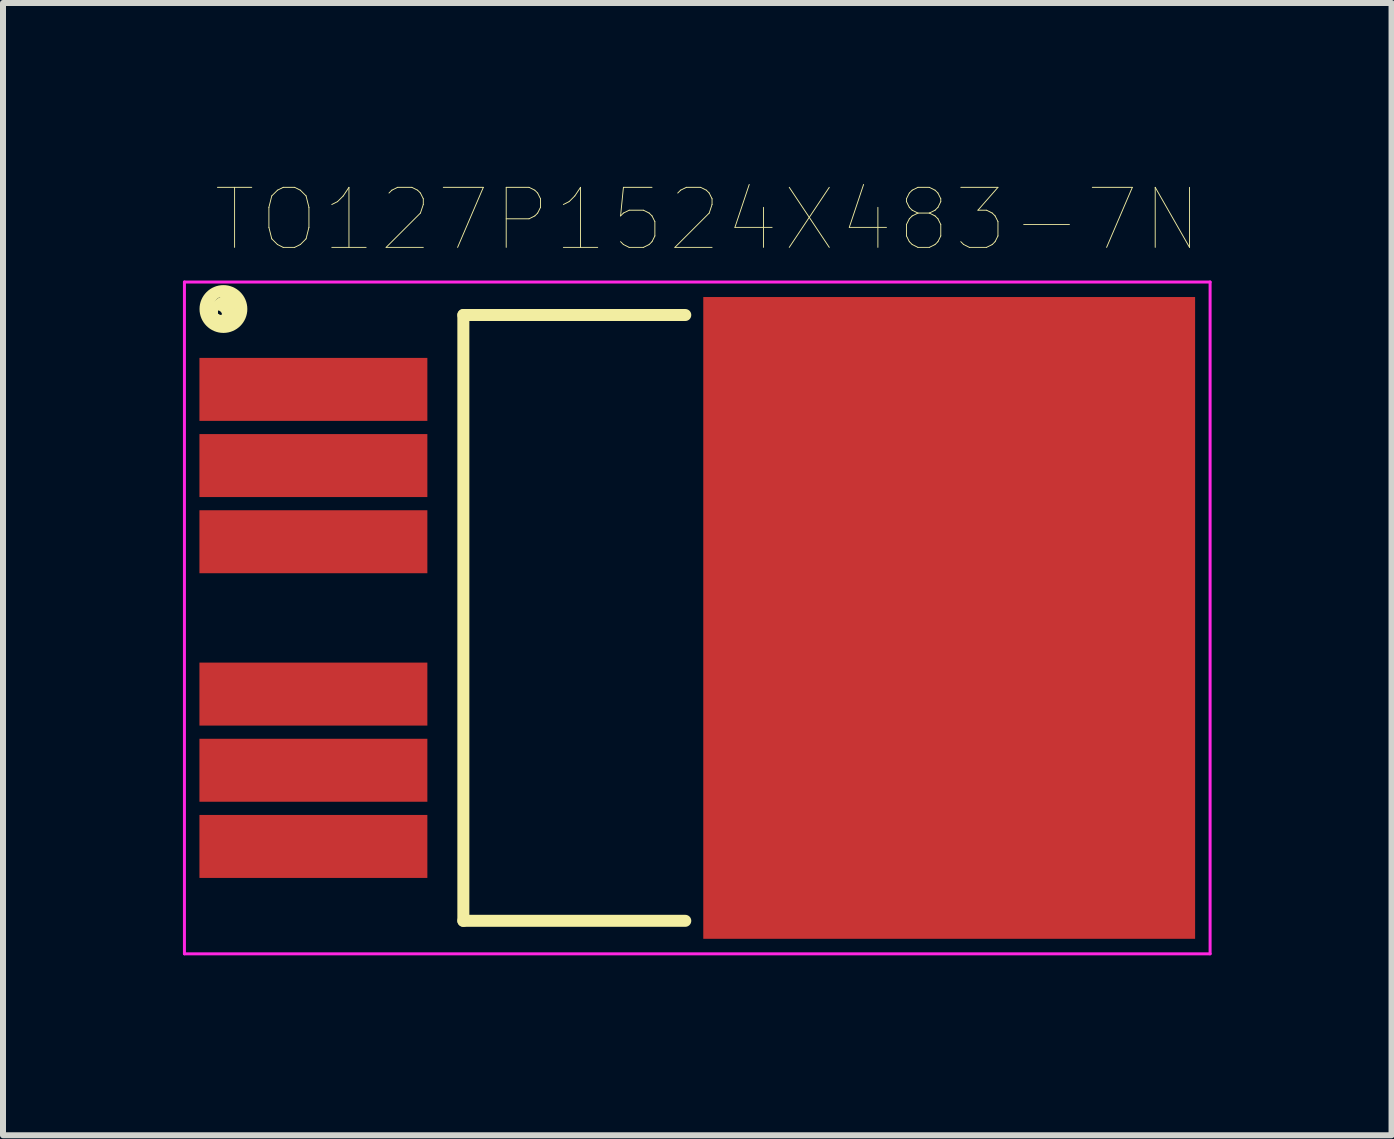
<source format=kicad_pcb>
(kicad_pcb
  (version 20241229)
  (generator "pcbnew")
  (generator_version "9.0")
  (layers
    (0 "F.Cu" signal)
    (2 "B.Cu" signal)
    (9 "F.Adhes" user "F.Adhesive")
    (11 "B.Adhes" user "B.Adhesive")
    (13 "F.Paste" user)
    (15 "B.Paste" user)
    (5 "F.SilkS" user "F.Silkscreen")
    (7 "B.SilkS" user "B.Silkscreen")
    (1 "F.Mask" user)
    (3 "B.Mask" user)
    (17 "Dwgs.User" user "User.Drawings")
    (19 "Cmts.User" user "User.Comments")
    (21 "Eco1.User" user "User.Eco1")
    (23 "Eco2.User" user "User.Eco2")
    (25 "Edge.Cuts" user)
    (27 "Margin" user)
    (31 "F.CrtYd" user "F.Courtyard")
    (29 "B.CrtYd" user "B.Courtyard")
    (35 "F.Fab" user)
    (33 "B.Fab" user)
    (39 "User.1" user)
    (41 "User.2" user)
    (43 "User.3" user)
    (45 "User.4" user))
  (footprint "TO127P1524X483-7N"
    (layer "F.Cu")
    (at 8.575 7.252)
    (property "Reference" "TO127P1524X483-7N" (at 0.175 -6.64 0) (layer "F.SilkS") (effects (font (size 1.001 1.001) (thickness 0.015))))
    (attr through_hole)
    (fp_line (start -3.9 -5.05) (end -3.9 5.05) (stroke (width 0.2) (type solid)) (layer "F.SilkS"))
    (fp_line (start -3.9 5.05) (end -0.2 5.05) (stroke (width 0.2) (type solid)) (layer "F.SilkS"))
    (fp_line (start -0.2 -5.05) (end -3.9 -5.05) (stroke (width 0.2) (type solid)) (layer "F.SilkS"))
    (fp_circle (center -8 -5.05) (end -7.859 -5.05) (stroke (width 0.127) (type solid)) (fill no) (layer "F.SilkS"))
    (fp_circle (center -7.95 -5.2) (end -7.738 -5.2) (stroke (width 0.127) (type solid)) (fill no) (layer "F.SilkS"))
    (fp_circle (center -7.95 -5.1) (end -7.9 -5.1) (stroke (width 0.127) (type solid)) (fill no) (layer "F.SilkS"))
    (fp_circle (center -7.9 -5.2) (end -7.676 -5.2) (stroke (width 0.127) (type solid)) (fill no) (layer "F.SilkS"))
    (fp_circle (center -7.9 -5.15) (end -7.565 -5.15) (stroke (width 0.127) (type solid)) (fill no) (layer "F.SilkS"))
    (fp_circle (center -7.9 -5.1) (end -7.742 -5.1) (stroke (width 0.127) (type solid)) (fill no) (layer "F.SilkS"))
    (fp_circle (center -7.85 -5.1) (end -7.644 -5.1) (stroke (width 0.127) (type solid)) (fill no) (layer "F.SilkS"))
    (fp_line (start -8.55 -5.6) (end 8.55 -5.6) (stroke (width 0.05) (type solid)) (layer "F.CrtYd"))
    (fp_line (start -8.55 5.6) (end -8.55 -5.6) (stroke (width 0.05) (type solid)) (layer "F.CrtYd"))
    (fp_line (start 8.55 -5.6) (end 8.55 5.6) (stroke (width 0.05) (type solid)) (layer "F.CrtYd"))
    (fp_line (start 8.55 5.6) (end -8.55 5.6) (stroke (width 0.05) (type solid)) (layer "F.CrtYd"))
    (pad "1" smd rect (at -6.4 -3.81) (size 3.8 1.05) (layers "F.Cu" "F.Mask" "F.Paste"))
    (pad "2" smd rect (at -6.4 -2.54) (size 3.8 1.05) (layers "F.Cu" "F.Mask" "F.Paste"))
    (pad "3" smd rect (at -6.4 -1.27) (size 3.8 1.05) (layers "F.Cu" "F.Mask" "F.Paste"))
    (pad "4" smd rect (at 4.2 0) (size 8.2 10.7) (layers "F.Cu" "F.Mask" "F.Paste"))
    (pad "5" smd rect (at -6.4 1.27) (size 3.8 1.05) (layers "F.Cu" "F.Mask" "F.Paste"))
    (pad "6" smd rect (at -6.4 2.54) (size 3.8 1.05) (layers "F.Cu" "F.Mask" "F.Paste"))
    (pad "7" smd rect (at -6.4 3.81) (size 3.8 1.05) (layers "F.Cu" "F.Mask" "F.Paste")))
  (gr_rect
    (start -3 -3)
    (end 20.15 15.877)
    (stroke (width 0.1) (type default))
    (fill no)
    (layer "Edge.Cuts")))
</source>
